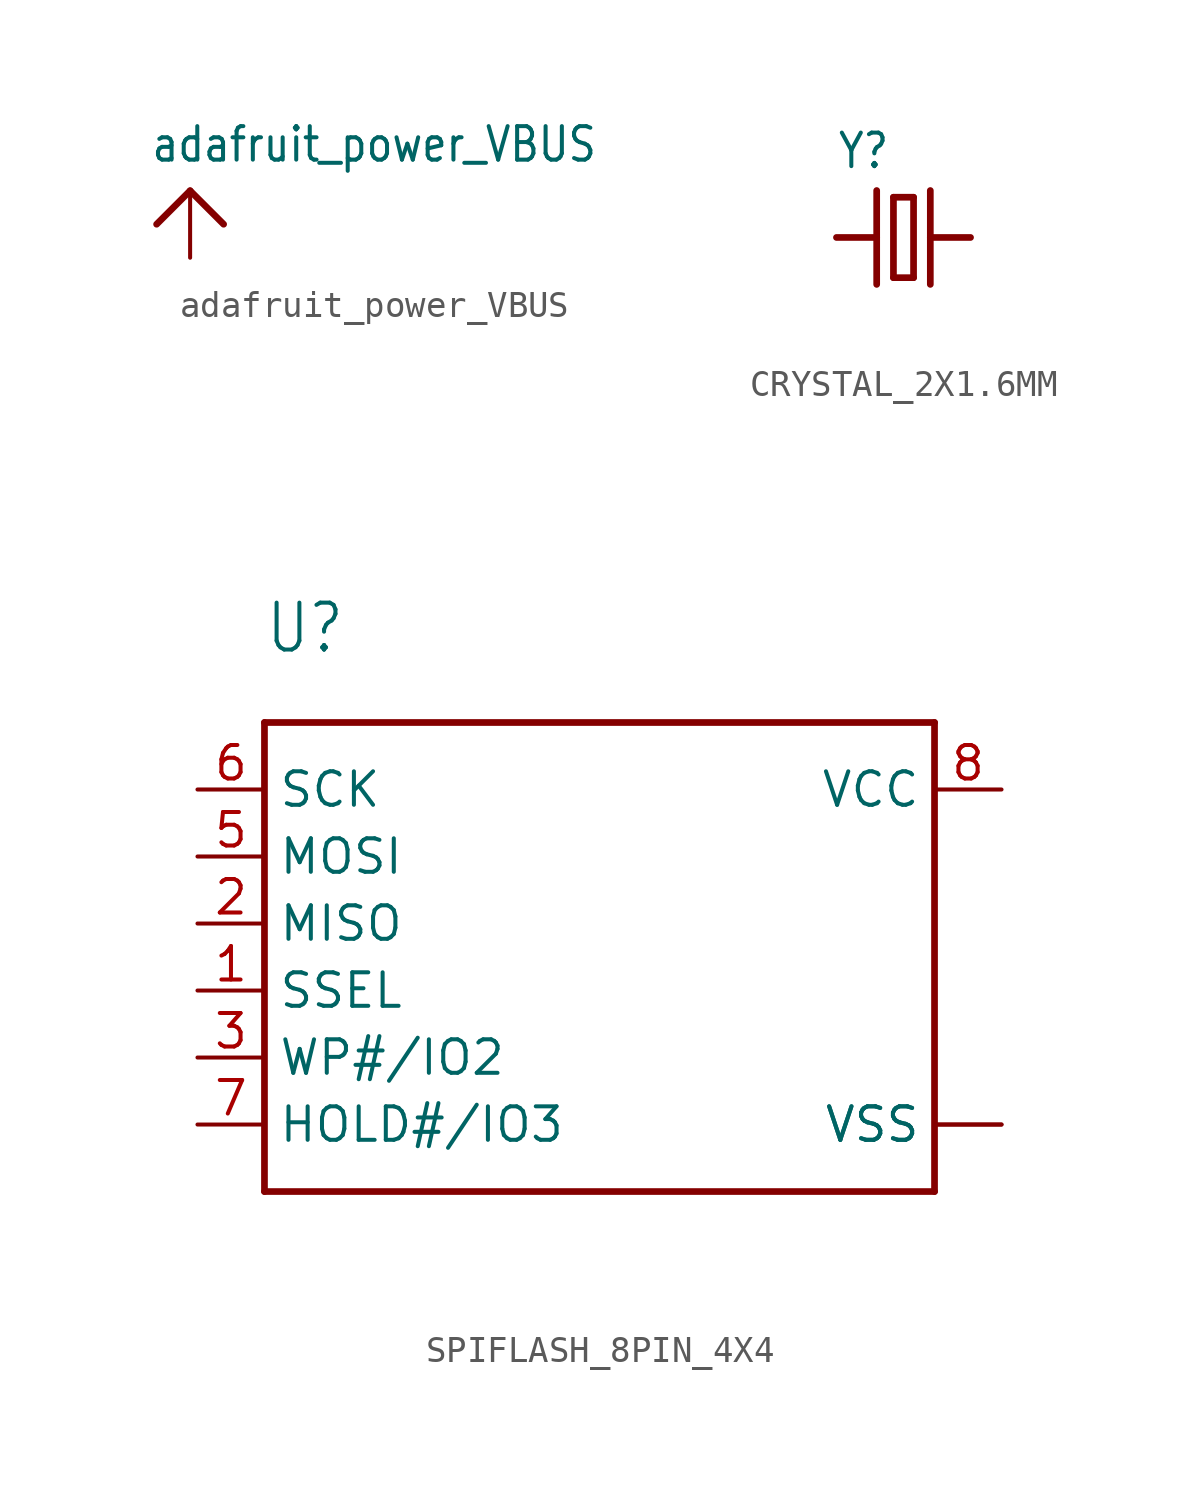
<source format=kicad_sym>
(kicad_symbol_lib
  (version 20220914)
  (generator kicad_symbol_editor)
  (symbol "adafruit_power_VBUS"
    (power)
    (property "Reference" ""
      (at 0 0 0)
      (effects (font (size 1.27 1.27)) hide))
    (property "Value" "adafruit_power_VBUS"
      (at -1.524 1.016 0)
      (effects (font (size 1.27 1.079)) (justify left bottom)))
    (property "ki_locked" ""
      (at 0 0 0)
      (effects (font (size 1.27 1.27))))
    (symbol "adafruit_power_VBUS_1_0"
      (polyline (pts (xy -1.27 -1.27) (xy 0 0)) (stroke (width 0.254) (type solid)) (fill (type none)))
      (polyline (pts (xy 0 0) (xy 1.27 -1.27)) (stroke (width 0.254) (type solid)) (fill (type none)))
      (pin power_in line (at 0 -2.54 90) (length 2.54) (name "VBUS" (effects (font (size 0 0)))) (number "1" (effects (font (size 0 0)))))))
  (symbol "CRYSTAL_2X1.6MM"
    (property "Reference" "Y"
      (at -2.54 2.54 0)
      (effects (font (size 1.27 1.079)) (justify left bottom)))
    (property "Value" ""
      (at -2.54 -3.81 0)
      (effects (font (size 1.27 1.079)) (justify left bottom)))
    (property "ki_locked" ""
      (at 0 0 0)
      (effects (font (size 1.27 1.27))))
    (symbol "CRYSTAL_2X1.6MM_1_0"
      (polyline (pts (xy -2.54 0) (xy -1.016 0)) (stroke (width 0.254) (type solid)) (fill (type none)))
      (polyline (pts (xy -1.016 0) (xy -1.016 -1.778)) (stroke (width 0.254) (type solid)) (fill (type none)))
      (polyline (pts (xy -1.016 1.778) (xy -1.016 0)) (stroke (width 0.254) (type solid)) (fill (type none)))
      (polyline (pts (xy -0.381 -1.524) (xy 0.381 -1.524)) (stroke (width 0.254) (type solid)) (fill (type none)))
      (polyline (pts (xy -0.381 1.524) (xy -0.381 -1.524)) (stroke (width 0.254) (type solid)) (fill (type none)))
      (polyline (pts (xy 0.381 -1.524) (xy 0.381 1.524)) (stroke (width 0.254) (type solid)) (fill (type none)))
      (polyline (pts (xy 0.381 1.524) (xy -0.381 1.524)) (stroke (width 0.254) (type solid)) (fill (type none)))
      (polyline (pts (xy 1.016 0) (xy 1.016 -1.778)) (stroke (width 0.254) (type solid)) (fill (type none)))
      (polyline (pts (xy 1.016 1.778) (xy 1.016 0)) (stroke (width 0.254) (type solid)) (fill (type none)))
      (polyline (pts (xy 2.54 0) (xy 1.016 0)) (stroke (width 0.254) (type solid)) (fill (type none)))
      (pin passive line (at -2.54 0 0) (length 0) (name "1" (effects (font (size 0 0)))) (number "1" (effects (font (size 0 0)))))
      (pin passive line (at 2.54 0 180) (length 0) (name "2" (effects (font (size 0 0)))) (number "3" (effects (font (size 0 0)))))))
  (symbol "SPIFLASH_8PIN_4X4"
    (property "Reference" "U"
      (at -12.7 12.7 0)
      (effects (font (size 1.778 1.511)) (justify left bottom)))
    (property "Value" ""
      (at -12.7 -10.16 0)
      (effects (font (size 1.778 1.511)) (justify left bottom)))
    (property "ki_locked" ""
      (at 0 0 0)
      (effects (font (size 1.27 1.27))))
    (symbol "SPIFLASH_8PIN_4X4_1_0"
      (polyline (pts (xy -12.7 -7.62) (xy -12.7 10.16)) (stroke (width 0.254) (type solid)) (fill (type none)))
      (polyline (pts (xy -12.7 10.16) (xy 12.7 10.16)) (stroke (width 0.254) (type solid)) (fill (type none)))
      (polyline (pts (xy 12.7 -7.62) (xy -12.7 -7.62)) (stroke (width 0.254) (type solid)) (fill (type none)))
      (polyline (pts (xy 12.7 10.16) (xy 12.7 -7.62)) (stroke (width 0.254) (type solid)) (fill (type none)))
      (pin bidirectional line (at -15.24 0 0) (length 2.54) (name "SSEL" (effects (font (size 1.27 1.27)))) (number "1" (effects (font (size 1.27 1.27)))))
      (pin bidirectional line (at -15.24 2.54 0) (length 2.54) (name "MISO" (effects (font (size 1.27 1.27)))) (number "2" (effects (font (size 1.27 1.27)))))
      (pin bidirectional line (at -15.24 -2.54 0) (length 2.54) (name "WP#/IO2" (effects (font (size 1.27 1.27)))) (number "3" (effects (font (size 1.27 1.27)))))
      (pin bidirectional line (at 15.24 -5.08 180) (length 2.54) (name "VSS" (effects (font (size 1.27 1.27)))) (number "4" (effects (font (size 0 0)))))
      (pin bidirectional line (at -15.24 5.08 0) (length 2.54) (name "MOSI" (effects (font (size 1.27 1.27)))) (number "5" (effects (font (size 1.27 1.27)))))
      (pin bidirectional line (at -15.24 7.62 0) (length 2.54) (name "SCK" (effects (font (size 1.27 1.27)))) (number "6" (effects (font (size 1.27 1.27)))))
      (pin bidirectional line (at -15.24 -5.08 0) (length 2.54) (name "HOLD#/IO3" (effects (font (size 1.27 1.27)))) (number "7" (effects (font (size 1.27 1.27)))))
      (pin bidirectional line (at 15.24 7.62 180) (length 2.54) (name "VCC" (effects (font (size 1.27 1.27)))) (number "8" (effects (font (size 1.27 1.27)))))
      (pin bidirectional line (at 15.24 -5.08 180) (length 2.54) (name "VSS" (effects (font (size 1.27 1.27)))) (number "PAD" (effects (font (size 0 0))))))))
</source>
